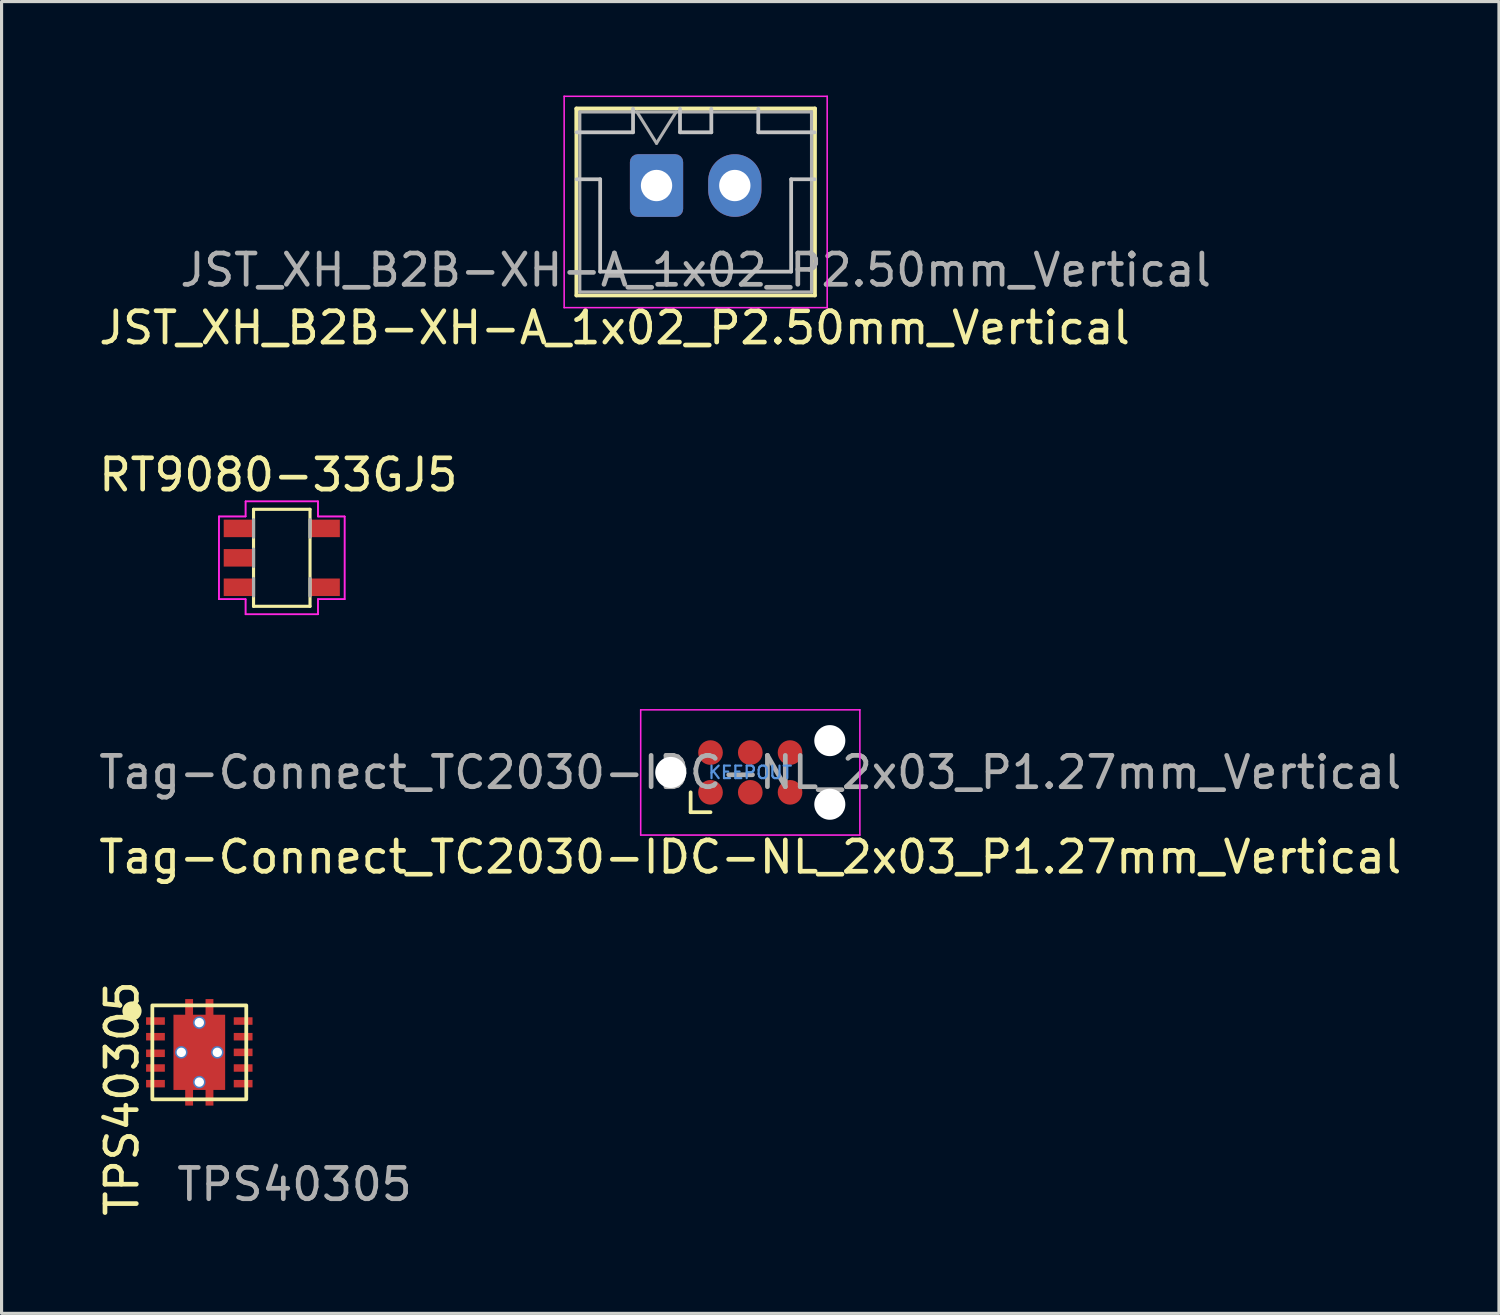
<source format=kicad_pcb>
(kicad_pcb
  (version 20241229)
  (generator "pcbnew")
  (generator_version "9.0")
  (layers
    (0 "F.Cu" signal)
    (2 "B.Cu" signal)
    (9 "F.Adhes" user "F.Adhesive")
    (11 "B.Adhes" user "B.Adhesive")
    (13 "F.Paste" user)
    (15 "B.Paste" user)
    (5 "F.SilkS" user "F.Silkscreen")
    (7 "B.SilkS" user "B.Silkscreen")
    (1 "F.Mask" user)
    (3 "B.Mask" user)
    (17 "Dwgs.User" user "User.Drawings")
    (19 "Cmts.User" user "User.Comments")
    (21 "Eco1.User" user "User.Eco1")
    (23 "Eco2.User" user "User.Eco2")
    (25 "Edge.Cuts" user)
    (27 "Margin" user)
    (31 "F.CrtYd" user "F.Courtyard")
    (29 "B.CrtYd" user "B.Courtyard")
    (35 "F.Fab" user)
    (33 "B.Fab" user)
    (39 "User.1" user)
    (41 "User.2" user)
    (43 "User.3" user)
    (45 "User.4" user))
  (footprint "Tag-Connect_TC2030-IDC-NL_2x03_P1.27mm_Vertical"
    (layer "F.Cu")
    (at 20.911 21.619)
    (property "Reference" "Tag-Connect_TC2030-IDC-NL_2x03_P1.27mm_Vertical" (at 0 2.7 0) (layer "F.SilkS") (effects (font (size 1 1) (thickness 0.15))))
    (attr exclude_from_pos_files)
    (fp_line (start -1.905 1.27) (end -1.905 0.635) (stroke (width 0.12) (type solid)) (layer "F.SilkS"))
    (fp_line (start -1.27 1.27) (end -1.905 1.27) (stroke (width 0.12) (type solid)) (layer "F.SilkS"))
    (fp_line (start -3.5 -2) (end 3.5 -2) (stroke (width 0.05) (type solid)) (layer "F.CrtYd"))
    (fp_line (start -3.5 2) (end -3.5 -2) (stroke (width 0.05) (type solid)) (layer "F.CrtYd"))
    (fp_line (start 3.5 -2) (end 3.5 2) (stroke (width 0.05) (type solid)) (layer "F.CrtYd"))
    (fp_line (start 3.5 2) (end -3.5 2) (stroke (width 0.05) (type solid)) (layer "F.CrtYd"))
    (fp_text user "KEEPOUT" (at 0 0 0) (layer "Cmts.User") (effects (font (size 0.4 0.4) (thickness 0.07))))
    (fp_text user "${REFERENCE}" (at 0 0 0) (layer "F.Fab") (effects (font (size 1 1) (thickness 0.15))))
    (pad "" np_thru_hole circle (at -2.54 0) (size 0.991 0.991) (drill 0.991) (layers "*.Cu" "*.Mask"))
    (pad "" np_thru_hole circle (at 2.54 -1.016) (size 0.991 0.991) (drill 0.991) (layers "*.Cu" "*.Mask"))
    (pad "" np_thru_hole circle (at 2.54 1.016) (size 0.991 0.991) (drill 0.991) (layers "*.Cu" "*.Mask"))
    (pad "1" connect circle (at -1.27 0.635) (size 0.787 0.787) (layers "F.Cu" "F.Mask"))
    (pad "2" connect circle (at -1.27 -0.635) (size 0.787 0.787) (layers "F.Cu" "F.Mask"))
    (pad "3" connect circle (at 0 0.635) (size 0.787 0.787) (layers "F.Cu" "F.Mask"))
    (pad "4" connect circle (at 0 -0.635) (size 0.787 0.787) (layers "F.Cu" "F.Mask"))
    (pad "5" connect circle (at 1.27 0.635) (size 0.787 0.787) (layers "F.Cu" "F.Mask"))
    (pad "6" connect circle (at 1.27 -0.635) (size 0.787 0.787) (layers "F.Cu" "F.Mask"))
    (zone (net_name "") (layer "F.Cu") (hatch full 0.508) (connect_pads) (min_thickness 0.254) (filled_areas_thickness no) (keepout (tracks allowed) (vias not_allowed) (pads allowed) (copperpour not_allowed) (footprints not_allowed)) (placement (enabled no)) (fill) (polygon (pts (xy 22.181 20.984) (xy 19.641 20.984) (xy 19.641 22.254) (xy 22.181 22.254)))))
  (footprint "TPS40305"
    (layer "F.Cu")
    (at 3.315 30.558)
    (property "Reference" "TPS40305" (at -2.467 1.473 90) (unlocked yes) (layer "F.SilkS") (effects (font (size 1 1) (thickness 0.15))))
    (attr smd)
    (fp_rect (start -1.5 -1.5) (end 1.5 1.5) (stroke (width 0.12) (type solid)) (fill no) (layer "F.SilkS"))
    (fp_circle (center -2.15 -1.32) (end -1.903 -1.32) (stroke (width 0.12) (type solid)) (fill yes) (layer "F.SilkS"))
    (fp_poly (pts (xy -0.2 -1.33) (xy -0.45 -1.33) (xy -0.45 -1.7) (xy -0.2 -1.7)) (stroke (width 0.001) (type solid)) (fill yes) (layer "F.Paste"))
    (fp_poly (pts (xy -0.2 1.7) (xy -0.45 1.7) (xy -0.45 1.33) (xy -0.2 1.33)) (stroke (width 0.001) (type solid)) (fill yes) (layer "F.Paste"))
    (fp_poly (pts (xy 0.45 -1.33) (xy 0.2 -1.33) (xy 0.2 -1.7) (xy 0.45 -1.7)) (stroke (width 0.001) (type solid)) (fill yes) (layer "F.Paste"))
    (fp_poly (pts (xy 0.45 1.7) (xy 0.2 1.7) (xy 0.2 1.33) (xy 0.45 1.33)) (stroke (width 0.001) (type solid)) (fill yes) (layer "F.Paste"))
    (fp_poly (pts (xy 0.71 -0.1) (xy -0.74 -0.1) (xy -0.74 -1.11) (xy 0.71 -1.11)) (stroke (width 0.001) (type solid)) (fill yes) (layer "F.Paste"))
    (fp_poly (pts (xy 0.71 1.12) (xy -0.74 1.12) (xy -0.74 0.11) (xy 0.71 0.11)) (stroke (width 0.001) (type solid)) (fill yes) (layer "F.Paste"))
    (fp_text user "${REFERENCE}" (at 3.04 4.22 0) (unlocked yes) (layer "F.Fab") (effects (font (size 1 1) (thickness 0.15))))
    (pad "1" smd roundrect (at -1.4 -1) (size 0.6 0.24) (layers "F.Cu" "F.Mask" "F.Paste") (roundrect_rratio 0.033))
    (pad "2" smd roundrect (at -1.4 -0.5) (size 0.6 0.24) (layers "F.Cu" "F.Mask" "F.Paste") (roundrect_rratio 0.033))
    (pad "3" smd roundrect (at -1.4 0.03) (size 0.6 0.24) (layers "F.Cu" "F.Mask" "F.Paste") (roundrect_rratio 0.033))
    (pad "4" smd roundrect (at -1.4 0.5) (size 0.6 0.24) (layers "F.Cu" "F.Mask" "F.Paste") (roundrect_rratio 0.033))
    (pad "5" smd roundrect (at -1.4 1) (size 0.6 0.24) (layers "F.Cu" "F.Mask" "F.Paste") (roundrect_rratio 0.033))
    (pad "6" smd roundrect (at 1.4 1) (size 0.6 0.24) (layers "F.Cu" "F.Mask" "F.Paste") (roundrect_rratio 0.033))
    (pad "7" smd roundrect (at 1.4 0.5) (size 0.6 0.24) (layers "F.Cu" "F.Mask" "F.Paste") (roundrect_rratio 0.033))
    (pad "8" smd roundrect (at 1.4 0) (size 0.6 0.24) (layers "F.Cu" "F.Mask" "F.Paste") (roundrect_rratio 0.033))
    (pad "9" smd roundrect (at 1.4 -0.5) (size 0.6 0.24) (layers "F.Cu" "F.Mask" "F.Paste") (roundrect_rratio 0.033))
    (pad "10" smd roundrect (at 1.4 -1) (size 0.6 0.24) (layers "F.Cu" "F.Mask" "F.Paste") (roundrect_rratio 0.033))
    (pad "11" thru_hole circle (at -0.575 0) (size 0.4 0.4) (drill 0.3) (layers "*.Cu" "*.Mask"))
    (pad "11" thru_hole circle (at 0 -0.95) (size 0.4 0.4) (drill 0.3) (layers "*.Cu" "*.Mask"))
    (pad "11" smd custom (at 0 0) (size 0.6 0.24) (layers "F.Cu" "F.Mask") (options (anchor rect)) (primitives (gr_poly (pts (xy -0.825 0) (xy -0.825 -1.2) (xy -0.45 -1.2) (xy -0.45 -1.7) (xy -0.2 -1.7) (xy -0.2 -1.2) (xy 0.2 -1.2) (xy 0.2 -1.7) (xy 0.45 -1.7) (xy 0.45 -1.2) (xy 0.825 -1.2) (xy 0.825 1.2) (xy 0.45 1.2) (xy 0.45 1.7) (xy 0.2 1.7) (xy 0.2 1.2) (xy -0.2 1.2) (xy -0.2 1.7) (xy -0.45 1.7) (xy -0.45 1.2) (xy -0.825 1.2)) (width 0.001) (fill yes))))
    (pad "11" thru_hole circle (at 0 0.95) (size 0.4 0.4) (drill 0.3) (layers "*.Cu" "*.Mask"))
    (pad "11" thru_hole circle (at 0.575 0) (size 0.4 0.4) (drill 0.3) (layers "*.Cu" "*.Mask")))
  (footprint "RT9080-33GJ5"
    (layer "F.Cu")
    (at 5.949 14.765)
    (property "Reference" "RT9080-33GJ5" (at -0.11 -2.65 0) (layer "F.SilkS") (effects (font (size 1 1) (thickness 0.15))))
    (attr through_hole)
    (fp_line (start -0.902 -1.549) (end -0.902 1.549) (stroke (width 0.1) (type solid)) (layer "F.SilkS"))
    (fp_line (start -0.902 1.549) (end 0.902 1.549) (stroke (width 0.1) (type solid)) (layer "F.SilkS"))
    (fp_line (start 0.902 -1.549) (end -0.902 -1.549) (stroke (width 0.1) (type solid)) (layer "F.SilkS"))
    (fp_line (start 0.902 1.549) (end 0.902 -1.549) (stroke (width 0.1) (type solid)) (layer "F.SilkS"))
    (fp_line (start -2.007 -1.321) (end -1.156 -1.321) (stroke (width 0.05) (type solid)) (layer "F.CrtYd"))
    (fp_line (start -2.007 -1.321) (end -1.156 -1.321) (stroke (width 0.05) (type solid)) (layer "F.CrtYd"))
    (fp_line (start -2.007 1.321) (end -2.007 -1.321) (stroke (width 0.05) (type solid)) (layer "F.CrtYd"))
    (fp_line (start -2.007 1.321) (end -2.007 -1.321) (stroke (width 0.05) (type solid)) (layer "F.CrtYd"))
    (fp_line (start -1.156 -1.803) (end 1.156 -1.803) (stroke (width 0.05) (type solid)) (layer "F.CrtYd"))
    (fp_line (start -1.156 -1.803) (end 1.156 -1.803) (stroke (width 0.05) (type solid)) (layer "F.CrtYd"))
    (fp_line (start -1.156 -1.321) (end -1.156 -1.803) (stroke (width 0.05) (type solid)) (layer "F.CrtYd"))
    (fp_line (start -1.156 -1.321) (end -1.156 -1.803) (stroke (width 0.05) (type solid)) (layer "F.CrtYd"))
    (fp_line (start -1.156 1.321) (end -2.007 1.321) (stroke (width 0.05) (type solid)) (layer "F.CrtYd"))
    (fp_line (start -1.156 1.321) (end -2.007 1.321) (stroke (width 0.05) (type solid)) (layer "F.CrtYd"))
    (fp_line (start -1.156 1.803) (end -1.156 1.321) (stroke (width 0.05) (type solid)) (layer "F.CrtYd"))
    (fp_line (start -1.156 1.803) (end -1.156 1.321) (stroke (width 0.05) (type solid)) (layer "F.CrtYd"))
    (fp_line (start 1.156 -1.803) (end 1.156 -1.321) (stroke (width 0.05) (type solid)) (layer "F.CrtYd"))
    (fp_line (start 1.156 -1.803) (end 1.156 -1.321) (stroke (width 0.05) (type solid)) (layer "F.CrtYd"))
    (fp_line (start 1.156 -1.321) (end 2.007 -1.321) (stroke (width 0.05) (type solid)) (layer "F.CrtYd"))
    (fp_line (start 1.156 -1.321) (end 2.007 -1.321) (stroke (width 0.05) (type solid)) (layer "F.CrtYd"))
    (fp_line (start 1.156 1.321) (end 1.156 1.803) (stroke (width 0.05) (type solid)) (layer "F.CrtYd"))
    (fp_line (start 1.156 1.321) (end 1.156 1.803) (stroke (width 0.05) (type solid)) (layer "F.CrtYd"))
    (fp_line (start 1.156 1.803) (end -1.156 1.803) (stroke (width 0.05) (type solid)) (layer "F.CrtYd"))
    (fp_line (start 1.156 1.803) (end -1.156 1.803) (stroke (width 0.05) (type solid)) (layer "F.CrtYd"))
    (fp_line (start 2.007 -1.321) (end 2.007 1.321) (stroke (width 0.05) (type solid)) (layer "F.CrtYd"))
    (fp_line (start 2.007 -1.321) (end 2.007 1.321) (stroke (width 0.05) (type solid)) (layer "F.CrtYd"))
    (fp_line (start 2.007 1.321) (end 1.156 1.321) (stroke (width 0.05) (type solid)) (layer "F.CrtYd"))
    (fp_line (start 2.007 1.321) (end 1.156 1.321) (stroke (width 0.05) (type solid)) (layer "F.CrtYd"))
    (fp_line (start -0.902 -0.66) (end -0.902 -1.219) (stroke (width 0.1) (type solid)) (layer "F.Fab"))
    (fp_line (start -0.902 0.279) (end -0.902 -0.279) (stroke (width 0.1) (type solid)) (layer "F.Fab"))
    (fp_line (start -0.902 1.219) (end -0.902 0.66) (stroke (width 0.1) (type solid)) (layer "F.Fab"))
    (fp_line (start 0.902 -1.219) (end 0.902 -0.66) (stroke (width 0.1) (type solid)) (layer "F.Fab"))
    (fp_line (start 0.902 0.66) (end 0.902 1.219) (stroke (width 0.1) (type solid)) (layer "F.Fab"))
    (pad "1" smd rect (at -1.378 -0.94) (size 0.953 0.559) (layers "F.Cu" "F.Mask" "F.Paste"))
    (pad "2" smd rect (at -1.378 0) (size 0.953 0.559) (layers "F.Cu" "F.Mask" "F.Paste"))
    (pad "3" smd rect (at -1.378 0.94) (size 0.953 0.559) (layers "F.Cu" "F.Mask" "F.Paste"))
    (pad "4" smd rect (at 1.378 0.94) (size 0.953 0.559) (layers "F.Cu" "F.Mask" "F.Paste"))
    (pad "5" smd rect (at 1.378 -0.94) (size 0.953 0.559) (layers "F.Cu" "F.Mask" "F.Paste")))
  (footprint "JST_XH_B2B-XH-A_1x02_P2.50mm_Vertical"
    (layer "F.Cu")
    (at 17.917 2.875)
    (property "Reference" "JST_XH_B2B-XH-A_1x02_P2.50mm_Vertical" (at -1.34 4.544 0) (layer "F.SilkS") (effects (font (size 1 1) (thickness 0.15))))
    (attr through_hole)
    (fp_line (start -2.56 -2.46) (end -2.56 3.51) (stroke (width 0.12) (type solid)) (layer "F.SilkS"))
    (fp_line (start -2.56 3.51) (end 5.06 3.51) (stroke (width 0.12) (type solid)) (layer "F.SilkS"))
    (fp_line (start -2.55 -2.45) (end -2.55 -1.7) (stroke (width 0.12) (type solid)) (layer "F.SilkS"))
    (fp_line (start -0.75 -2.45) (end -2.55 -2.45) (stroke (width 0.12) (type solid)) (layer "F.SilkS"))
    (fp_line (start 1.75 -2.45) (end 0.75 -2.45) (stroke (width 0.12) (type solid)) (layer "F.SilkS"))
    (fp_line (start 5.05 -2.45) (end 3.25 -2.45) (stroke (width 0.12) (type solid)) (layer "F.SilkS"))
    (fp_line (start 5.05 -1.7) (end 5.05 -2.45) (stroke (width 0.12) (type solid)) (layer "F.SilkS"))
    (fp_line (start 5.06 -2.46) (end -2.56 -2.46) (stroke (width 0.12) (type solid)) (layer "F.SilkS"))
    (fp_line (start 5.06 3.51) (end 5.06 -2.46) (stroke (width 0.12) (type solid)) (layer "F.SilkS"))
    (fp_line (start -2.55 -1.7) (end -0.75 -1.7) (stroke (width 0.12) (type solid)) (layer "Dwgs.User"))
    (fp_line (start -2.55 -0.2) (end -1.8 -0.2) (stroke (width 0.12) (type solid)) (layer "Dwgs.User"))
    (fp_line (start -1.8 -0.2) (end -1.8 2.75) (stroke (width 0.12) (type solid)) (layer "Dwgs.User"))
    (fp_line (start -1.8 2.75) (end 1.25 2.75) (stroke (width 0.12) (type solid)) (layer "Dwgs.User"))
    (fp_line (start -0.75 -1.7) (end -0.75 -2.45) (stroke (width 0.12) (type solid)) (layer "Dwgs.User"))
    (fp_line (start 0.75 -2.45) (end 0.75 -1.7) (stroke (width 0.12) (type solid)) (layer "Dwgs.User"))
    (fp_line (start 0.75 -1.7) (end 1.75 -1.7) (stroke (width 0.12) (type solid)) (layer "Dwgs.User"))
    (fp_line (start 1.75 -1.7) (end 1.75 -2.45) (stroke (width 0.12) (type solid)) (layer "Dwgs.User"))
    (fp_line (start 3.25 -2.45) (end 3.25 -1.7) (stroke (width 0.12) (type solid)) (layer "Dwgs.User"))
    (fp_line (start 3.25 -1.7) (end 5.05 -1.7) (stroke (width 0.12) (type solid)) (layer "Dwgs.User"))
    (fp_line (start 4.3 -0.2) (end 4.3 2.75) (stroke (width 0.12) (type solid)) (layer "Dwgs.User"))
    (fp_line (start 4.3 2.75) (end 1.25 2.75) (stroke (width 0.12) (type solid)) (layer "Dwgs.User"))
    (fp_line (start 5.05 -0.2) (end 4.3 -0.2) (stroke (width 0.12) (type solid)) (layer "Dwgs.User"))
    (fp_line (start -2.95 -2.85) (end -2.95 3.9) (stroke (width 0.05) (type solid)) (layer "F.CrtYd"))
    (fp_line (start -2.95 3.9) (end 5.45 3.9) (stroke (width 0.05) (type solid)) (layer "F.CrtYd"))
    (fp_line (start 5.45 -2.85) (end -2.95 -2.85) (stroke (width 0.05) (type solid)) (layer "F.CrtYd"))
    (fp_line (start 5.45 3.9) (end 5.45 -2.85) (stroke (width 0.05) (type solid)) (layer "F.CrtYd"))
    (fp_line (start -2.45 -2.35) (end -2.45 3.4) (stroke (width 0.1) (type solid)) (layer "F.Fab"))
    (fp_line (start -2.45 3.4) (end 4.95 3.4) (stroke (width 0.1) (type solid)) (layer "F.Fab"))
    (fp_line (start -0.625 -2.35) (end 0 -1.35) (stroke (width 0.1) (type solid)) (layer "F.Fab"))
    (fp_line (start 0 -1.35) (end 0.625 -2.35) (stroke (width 0.1) (type solid)) (layer "F.Fab"))
    (fp_line (start 4.95 -2.35) (end -2.45 -2.35) (stroke (width 0.1) (type solid)) (layer "F.Fab"))
    (fp_line (start 4.95 3.4) (end 4.95 -2.35) (stroke (width 0.1) (type solid)) (layer "F.Fab"))
    (fp_text user "${REFERENCE}" (at 1.25 2.7 0) (layer "F.Fab") (effects (font (size 1 1) (thickness 0.15))))
    (pad "1" thru_hole roundrect (at 0 0) (size 1.7 2) (drill 1) (layers "*.Cu" "*.Mask") (roundrect_rratio 0.147))
    (pad "2" thru_hole oval (at 2.5 0) (size 1.7 2) (drill 1) (layers "*.Cu" "*.Mask")))
  (gr_rect
    (start -3 -3)
    (end 44.821 38.893)
    (stroke (width 0.1) (type default))
    (fill no)
    (layer "Edge.Cuts")))
</source>
